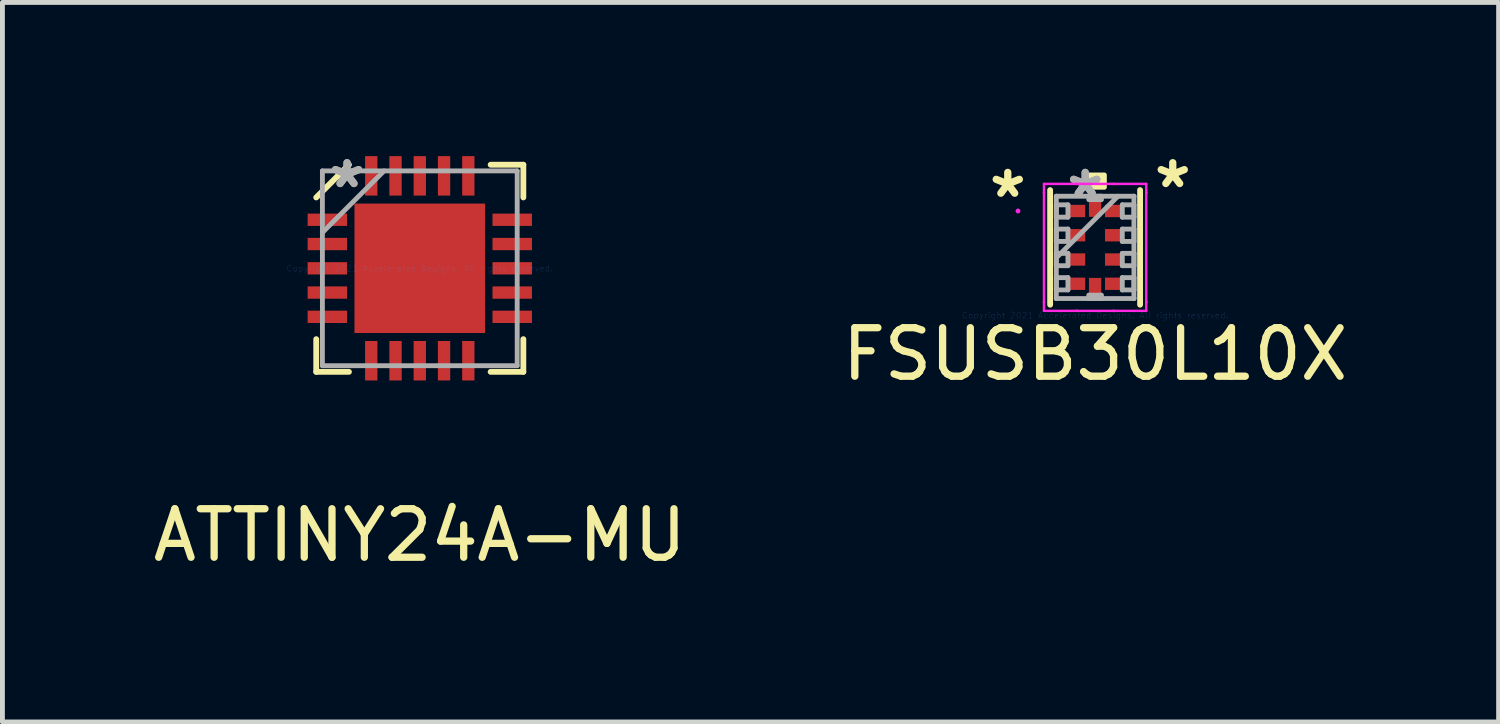
<source format=kicad_pcb>
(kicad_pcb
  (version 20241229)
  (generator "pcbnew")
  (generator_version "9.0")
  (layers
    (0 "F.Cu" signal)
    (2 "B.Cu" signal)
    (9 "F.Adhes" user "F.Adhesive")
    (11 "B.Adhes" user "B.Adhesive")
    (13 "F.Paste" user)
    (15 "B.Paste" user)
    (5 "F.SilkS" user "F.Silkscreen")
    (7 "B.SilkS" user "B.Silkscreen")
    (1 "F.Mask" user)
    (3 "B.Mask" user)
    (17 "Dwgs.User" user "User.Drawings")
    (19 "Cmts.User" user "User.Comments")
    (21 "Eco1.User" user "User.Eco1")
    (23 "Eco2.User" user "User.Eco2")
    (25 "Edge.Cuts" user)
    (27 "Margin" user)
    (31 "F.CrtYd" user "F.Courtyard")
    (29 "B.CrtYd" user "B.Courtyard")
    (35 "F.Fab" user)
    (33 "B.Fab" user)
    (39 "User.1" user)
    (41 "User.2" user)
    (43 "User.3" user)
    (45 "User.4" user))
  (footprint "FSUSB30L10X"
    (layer "F.Cu")
    (at 19.518 2.048)
    (property "Reference" "FSUSB30L10X" (at 0 2.2 0) (layer "F.SilkS") (effects (font (size 1 1) (thickness 0.15))))
    (attr through_hole)
    (fp_line (start -0.927 -1.181) (end -0.927 1.181) (stroke (width 0.12) (type solid)) (layer "F.SilkS"))
    (fp_line (start 0.927 1.181) (end 0.927 -1.181) (stroke (width 0.12) (type solid)) (layer "F.SilkS"))
    (fp_poly (pts (xy -0.191 -1.239) (xy -0.191 -1.493) (xy 0.191 -1.493) (xy 0.191 -1.239)) (stroke (width 0.1) (type solid)) (fill yes) (layer "F.SilkS"))
    (fp_line (start -1.054 -1.308) (end -0.381 -1.308) (stroke (width 0.05) (type solid)) (layer "F.CrtYd"))
    (fp_line (start -1.054 -1.131) (end -1.054 -1.308) (stroke (width 0.05) (type solid)) (layer "F.CrtYd"))
    (fp_line (start -1.054 -1.131) (end -1.054 -1.131) (stroke (width 0.05) (type solid)) (layer "F.CrtYd"))
    (fp_line (start -1.054 1.131) (end -1.054 -1.131) (stroke (width 0.05) (type solid)) (layer "F.CrtYd"))
    (fp_line (start -1.054 1.131) (end -1.054 1.131) (stroke (width 0.05) (type solid)) (layer "F.CrtYd"))
    (fp_line (start -1.054 1.308) (end -1.054 1.131) (stroke (width 0.05) (type solid)) (layer "F.CrtYd"))
    (fp_line (start -0.381 -1.308) (end -0.381 -1.308) (stroke (width 0.05) (type solid)) (layer "F.CrtYd"))
    (fp_line (start -0.381 -1.308) (end 0.381 -1.308) (stroke (width 0.05) (type solid)) (layer "F.CrtYd"))
    (fp_line (start -0.381 1.308) (end -1.054 1.308) (stroke (width 0.05) (type solid)) (layer "F.CrtYd"))
    (fp_line (start -0.381 1.308) (end -0.381 1.308) (stroke (width 0.05) (type solid)) (layer "F.CrtYd"))
    (fp_line (start 0.381 -1.308) (end 0.381 -1.308) (stroke (width 0.05) (type solid)) (layer "F.CrtYd"))
    (fp_line (start 0.381 -1.308) (end 1.054 -1.308) (stroke (width 0.05) (type solid)) (layer "F.CrtYd"))
    (fp_line (start 0.381 1.308) (end -0.381 1.308) (stroke (width 0.05) (type solid)) (layer "F.CrtYd"))
    (fp_line (start 0.381 1.308) (end 0.381 1.308) (stroke (width 0.05) (type solid)) (layer "F.CrtYd"))
    (fp_line (start 1.054 -1.308) (end 1.054 -1.131) (stroke (width 0.05) (type solid)) (layer "F.CrtYd"))
    (fp_line (start 1.054 -1.131) (end 1.054 -1.131) (stroke (width 0.05) (type solid)) (layer "F.CrtYd"))
    (fp_line (start 1.054 -1.131) (end 1.054 1.131) (stroke (width 0.05) (type solid)) (layer "F.CrtYd"))
    (fp_line (start 1.054 1.131) (end 1.054 1.131) (stroke (width 0.05) (type solid)) (layer "F.CrtYd"))
    (fp_line (start 1.054 1.131) (end 1.054 1.308) (stroke (width 0.05) (type solid)) (layer "F.CrtYd"))
    (fp_line (start 1.054 1.308) (end 0.381 1.308) (stroke (width 0.05) (type solid)) (layer "F.CrtYd"))
    (fp_circle (center -1.589 -0.75) (end -1.589 -0.75) (stroke (width 0.05) (type solid)) (fill no) (layer "F.CrtYd"))
    (fp_line (start -0.8 -1.054) (end -0.8 -1.054) (stroke (width 0.1) (type solid)) (layer "F.Fab"))
    (fp_line (start -0.8 -1.054) (end -0.8 1.054) (stroke (width 0.1) (type solid)) (layer "F.Fab"))
    (fp_line (start -0.8 -0.877) (end -0.56 -0.877) (stroke (width 0.1) (type solid)) (layer "F.Fab"))
    (fp_line (start -0.8 -0.623) (end -0.8 -0.877) (stroke (width 0.1) (type solid)) (layer "F.Fab"))
    (fp_line (start -0.8 -0.377) (end -0.56 -0.377) (stroke (width 0.1) (type solid)) (layer "F.Fab"))
    (fp_line (start -0.8 -0.123) (end -0.8 -0.377) (stroke (width 0.1) (type solid)) (layer "F.Fab"))
    (fp_line (start -0.8 0.123) (end -0.56 0.123) (stroke (width 0.1) (type solid)) (layer "F.Fab"))
    (fp_line (start -0.8 0.216) (end 0.47 -1.054) (stroke (width 0.1) (type solid)) (layer "F.Fab"))
    (fp_line (start -0.8 0.377) (end -0.8 0.123) (stroke (width 0.1) (type solid)) (layer "F.Fab"))
    (fp_line (start -0.8 0.623) (end -0.56 0.623) (stroke (width 0.1) (type solid)) (layer "F.Fab"))
    (fp_line (start -0.8 0.877) (end -0.8 0.623) (stroke (width 0.1) (type solid)) (layer "F.Fab"))
    (fp_line (start -0.8 1.054) (end -0.8 1.054) (stroke (width 0.1) (type solid)) (layer "F.Fab"))
    (fp_line (start -0.8 1.054) (end 0.8 1.054) (stroke (width 0.1) (type solid)) (layer "F.Fab"))
    (fp_line (start -0.56 -0.877) (end -0.56 -0.623) (stroke (width 0.1) (type solid)) (layer "F.Fab"))
    (fp_line (start -0.56 -0.623) (end -0.8 -0.623) (stroke (width 0.1) (type solid)) (layer "F.Fab"))
    (fp_line (start -0.56 -0.377) (end -0.56 -0.123) (stroke (width 0.1) (type solid)) (layer "F.Fab"))
    (fp_line (start -0.56 -0.123) (end -0.8 -0.123) (stroke (width 0.1) (type solid)) (layer "F.Fab"))
    (fp_line (start -0.56 0.123) (end -0.56 0.377) (stroke (width 0.1) (type solid)) (layer "F.Fab"))
    (fp_line (start -0.56 0.377) (end -0.8 0.377) (stroke (width 0.1) (type solid)) (layer "F.Fab"))
    (fp_line (start -0.56 0.623) (end -0.56 0.877) (stroke (width 0.1) (type solid)) (layer "F.Fab"))
    (fp_line (start -0.56 0.877) (end -0.8 0.877) (stroke (width 0.1) (type solid)) (layer "F.Fab"))
    (fp_line (start -0.127 -1.054) (end 0.127 -1.054) (stroke (width 0.1) (type solid)) (layer "F.Fab"))
    (fp_line (start -0.127 -0.985) (end -0.127 -1.054) (stroke (width 0.1) (type solid)) (layer "F.Fab"))
    (fp_line (start -0.127 0.985) (end 0.127 0.985) (stroke (width 0.1) (type solid)) (layer "F.Fab"))
    (fp_line (start -0.127 1.054) (end -0.127 0.985) (stroke (width 0.1) (type solid)) (layer "F.Fab"))
    (fp_line (start 0.127 -1.054) (end 0.127 -0.985) (stroke (width 0.1) (type solid)) (layer "F.Fab"))
    (fp_line (start 0.127 -0.985) (end -0.127 -0.985) (stroke (width 0.1) (type solid)) (layer "F.Fab"))
    (fp_line (start 0.127 0.985) (end 0.127 1.054) (stroke (width 0.1) (type solid)) (layer "F.Fab"))
    (fp_line (start 0.127 1.054) (end -0.127 1.054) (stroke (width 0.1) (type solid)) (layer "F.Fab"))
    (fp_line (start 0.56 -0.877) (end 0.8 -0.877) (stroke (width 0.1) (type solid)) (layer "F.Fab"))
    (fp_line (start 0.56 -0.623) (end 0.56 -0.877) (stroke (width 0.1) (type solid)) (layer "F.Fab"))
    (fp_line (start 0.56 -0.377) (end 0.8 -0.377) (stroke (width 0.1) (type solid)) (layer "F.Fab"))
    (fp_line (start 0.56 -0.123) (end 0.56 -0.377) (stroke (width 0.1) (type solid)) (layer "F.Fab"))
    (fp_line (start 0.56 0.123) (end 0.8 0.123) (stroke (width 0.1) (type solid)) (layer "F.Fab"))
    (fp_line (start 0.56 0.377) (end 0.56 0.123) (stroke (width 0.1) (type solid)) (layer "F.Fab"))
    (fp_line (start 0.56 0.623) (end 0.8 0.623) (stroke (width 0.1) (type solid)) (layer "F.Fab"))
    (fp_line (start 0.56 0.877) (end 0.56 0.623) (stroke (width 0.1) (type solid)) (layer "F.Fab"))
    (fp_line (start 0.8 -1.054) (end -0.8 -1.054) (stroke (width 0.1) (type solid)) (layer "F.Fab"))
    (fp_line (start 0.8 -1.054) (end 0.8 -1.054) (stroke (width 0.1) (type solid)) (layer "F.Fab"))
    (fp_line (start 0.8 -0.877) (end 0.8 -0.623) (stroke (width 0.1) (type solid)) (layer "F.Fab"))
    (fp_line (start 0.8 -0.623) (end 0.56 -0.623) (stroke (width 0.1) (type solid)) (layer "F.Fab"))
    (fp_line (start 0.8 -0.377) (end 0.8 -0.123) (stroke (width 0.1) (type solid)) (layer "F.Fab"))
    (fp_line (start 0.8 -0.123) (end 0.56 -0.123) (stroke (width 0.1) (type solid)) (layer "F.Fab"))
    (fp_line (start 0.8 0.123) (end 0.8 0.377) (stroke (width 0.1) (type solid)) (layer "F.Fab"))
    (fp_line (start 0.8 0.377) (end 0.56 0.377) (stroke (width 0.1) (type solid)) (layer "F.Fab"))
    (fp_line (start 0.8 0.623) (end 0.8 0.877) (stroke (width 0.1) (type solid)) (layer "F.Fab"))
    (fp_line (start 0.8 0.877) (end 0.56 0.877) (stroke (width 0.1) (type solid)) (layer "F.Fab"))
    (fp_line (start 0.8 1.054) (end 0.8 -1.054) (stroke (width 0.1) (type solid)) (layer "F.Fab"))
    (fp_line (start 0.8 1.054) (end 0.8 1.054) (stroke (width 0.1) (type solid)) (layer "F.Fab"))
    (fp_text user "*" (at 1.6 -1.2 0) (layer "F.SilkS") (effects (font (size 1 1) (thickness 0.15))))
    (fp_text user "*" (at -1.8 -1 0) (layer "F.SilkS") (effects (font (size 1 1) (thickness 0.15))))
    (fp_text user "Copyright 2021 Accelerated Designs. All rights reserved." (at 0 1.4 0) (layer "Cmts.User") (effects (font (size 0.127 0.127) (thickness 0.002))))
    (fp_text user "*" (at -0.204 -1 0) (layer "F.Fab") (effects (font (size 1 1) (thickness 0.15))))
    (fp_text user "*" (at -0.204 -1 0) (layer "F.Fab") (effects (font (size 1 1) (thickness 0.15))))
    (pad "1" smd rect (at -0.382 -0.75 90) (size 0.254 0.356) (layers "F.Cu" "F.Mask" "F.Paste"))
    (pad "2" smd rect (at -0.382 -0.25 90) (size 0.254 0.356) (layers "F.Cu" "F.Mask" "F.Paste"))
    (pad "3" smd rect (at -0.382 0.25 90) (size 0.254 0.356) (layers "F.Cu" "F.Mask" "F.Paste"))
    (pad "4" smd rect (at -0.382 0.75 90) (size 0.254 0.356) (layers "F.Cu" "F.Mask" "F.Paste"))
    (pad "5" smd rect (at 0 0.807) (size 0.254 0.356) (layers "F.Cu" "F.Mask" "F.Paste"))
    (pad "6" smd rect (at 0.382 0.75 90) (size 0.254 0.356) (layers "F.Cu" "F.Mask" "F.Paste"))
    (pad "7" smd rect (at 0.382 0.25 90) (size 0.254 0.356) (layers "F.Cu" "F.Mask" "F.Paste"))
    (pad "8" smd rect (at 0.382 -0.25 90) (size 0.254 0.356) (layers "F.Cu" "F.Mask" "F.Paste"))
    (pad "9" smd rect (at 0.382 -0.75 90) (size 0.254 0.356) (layers "F.Cu" "F.Mask" "F.Paste"))
    (pad "10" smd rect (at 0 -0.807) (size 0.254 0.356) (layers "F.Cu" "F.Mask" "F.Paste")))
  (footprint "ATTINY24A-MU"
    (layer "F.Cu")
    (at 5.601 2.479)
    (property "Reference" "ATTINY24A-MU" (at 0 5.5 0) (layer "F.SilkS") (effects (font (size 1 1) (thickness 0.15))))
    (attr through_hole)
    (fp_line (start -2.134 1.46) (end -2.134 2.134) (stroke (width 0.12) (type solid)) (layer "F.SilkS"))
    (fp_line (start -2.134 2.134) (end -1.46 2.134) (stroke (width 0.12) (type solid)) (layer "F.SilkS"))
    (fp_line (start -1.46 -2.134) (end -2.134 -1.46) (stroke (width 0.12) (type solid)) (layer "F.SilkS"))
    (fp_line (start 1.46 2.134) (end 2.134 2.134) (stroke (width 0.12) (type solid)) (layer "F.SilkS"))
    (fp_line (start 2.134 -2.134) (end 1.46 -2.134) (stroke (width 0.12) (type solid)) (layer "F.SilkS"))
    (fp_line (start 2.134 -1.46) (end 2.134 -2.134) (stroke (width 0.12) (type solid)) (layer "F.SilkS"))
    (fp_line (start 2.134 2.134) (end 2.134 1.46) (stroke (width 0.12) (type solid)) (layer "F.SilkS"))
    (fp_poly (pts (xy -1.272 -1.272) (xy -1.272 -0.1) (xy -0.1 -0.1) (xy -0.1 -1.272)) (stroke (width 0.1) (type solid)) (fill yes) (layer "F.Paste"))
    (fp_poly (pts (xy -1.272 0.1) (xy -1.272 1.272) (xy -0.1 1.272) (xy -0.1 0.1)) (stroke (width 0.1) (type solid)) (fill yes) (layer "F.Paste"))
    (fp_poly (pts (xy 0.1 -1.272) (xy 0.1 -0.1) (xy 1.272 -0.1) (xy 1.272 -1.272)) (stroke (width 0.1) (type solid)) (fill yes) (layer "F.Paste"))
    (fp_poly (pts (xy 0.1 0.1) (xy 0.1 1.272) (xy 1.272 1.272) (xy 1.272 0.1)) (stroke (width 0.1) (type solid)) (fill yes) (layer "F.Paste"))
    (fp_line (start -2.007 -2.007) (end -2.007 2.007) (stroke (width 0.1) (type solid)) (layer "F.Fab"))
    (fp_line (start -2.007 -0.737) (end -0.737 -2.007) (stroke (width 0.1) (type solid)) (layer "F.Fab"))
    (fp_line (start -2.007 2.007) (end 2.007 2.007) (stroke (width 0.1) (type solid)) (layer "F.Fab"))
    (fp_line (start 2.007 -2.007) (end -2.007 -2.007) (stroke (width 0.1) (type solid)) (layer "F.Fab"))
    (fp_line (start 2.007 2.007) (end 2.007 -2.007) (stroke (width 0.1) (type solid)) (layer "F.Fab"))
    (fp_text user "Copyright 2021 Accelerated Designs. All rights reserved." (at 0 0 0) (layer "Cmts.User") (effects (font (size 0.127 0.127) (thickness 0.002))))
    (fp_text user "*" (at -1.499 -1.631 0) (layer "F.Fab") (effects (font (size 1 1) (thickness 0.15))))
    (fp_text user "*" (at -1.499 -1.631 0) (layer "F.Fab") (effects (font (size 1 1) (thickness 0.15))))
    (pad "1" smd rect (at -1.905 -1 90) (size 0.254 0.813) (layers "F.Cu" "F.Mask" "F.Paste"))
    (pad "2" smd rect (at -1.905 -0.5 90) (size 0.254 0.813) (layers "F.Cu" "F.Mask" "F.Paste"))
    (pad "3" smd rect (at -1.905 0 90) (size 0.254 0.813) (layers "F.Cu" "F.Mask" "F.Paste"))
    (pad "4" smd rect (at -1.905 0.5 90) (size 0.254 0.813) (layers "F.Cu" "F.Mask" "F.Paste"))
    (pad "5" smd rect (at -1.905 1 90) (size 0.254 0.813) (layers "F.Cu" "F.Mask" "F.Paste"))
    (pad "6" smd rect (at -1 1.905) (size 0.254 0.813) (layers "F.Cu" "F.Mask" "F.Paste"))
    (pad "7" smd rect (at -0.5 1.905) (size 0.254 0.813) (layers "F.Cu" "F.Mask" "F.Paste"))
    (pad "8" smd rect (at 0 1.905) (size 0.254 0.813) (layers "F.Cu" "F.Mask" "F.Paste"))
    (pad "9" smd rect (at 0.5 1.905) (size 0.254 0.813) (layers "F.Cu" "F.Mask" "F.Paste"))
    (pad "10" smd rect (at 1 1.905) (size 0.254 0.813) (layers "F.Cu" "F.Mask" "F.Paste"))
    (pad "11" smd rect (at 1.905 1 90) (size 0.254 0.813) (layers "F.Cu" "F.Mask" "F.Paste"))
    (pad "12" smd rect (at 1.905 0.5 90) (size 0.254 0.813) (layers "F.Cu" "F.Mask" "F.Paste"))
    (pad "13" smd rect (at 1.905 0 90) (size 0.254 0.813) (layers "F.Cu" "F.Mask" "F.Paste"))
    (pad "14" smd rect (at 1.905 -0.5 90) (size 0.254 0.813) (layers "F.Cu" "F.Mask" "F.Paste"))
    (pad "15" smd rect (at 1.905 -1 90) (size 0.254 0.813) (layers "F.Cu" "F.Mask" "F.Paste"))
    (pad "16" smd rect (at 1 -1.905) (size 0.254 0.813) (layers "F.Cu" "F.Mask" "F.Paste"))
    (pad "17" smd rect (at 0.5 -1.905) (size 0.254 0.813) (layers "F.Cu" "F.Mask" "F.Paste"))
    (pad "18" smd rect (at 0 -1.905) (size 0.254 0.813) (layers "F.Cu" "F.Mask" "F.Paste"))
    (pad "19" smd rect (at -0.5 -1.905) (size 0.254 0.813) (layers "F.Cu" "F.Mask" "F.Paste"))
    (pad "20" smd rect (at -1 -1.905) (size 0.254 0.813) (layers "F.Cu" "F.Mask" "F.Paste"))
    (pad "21" smd rect (at 0 0) (size 2.692 2.667) (layers "F.Cu" "F.Mask")))
  (gr_rect
    (start -3 -3)
    (end 27.833 11.828)
    (stroke (width 0.1) (type default))
    (fill no)
    (layer "Edge.Cuts")))
</source>
